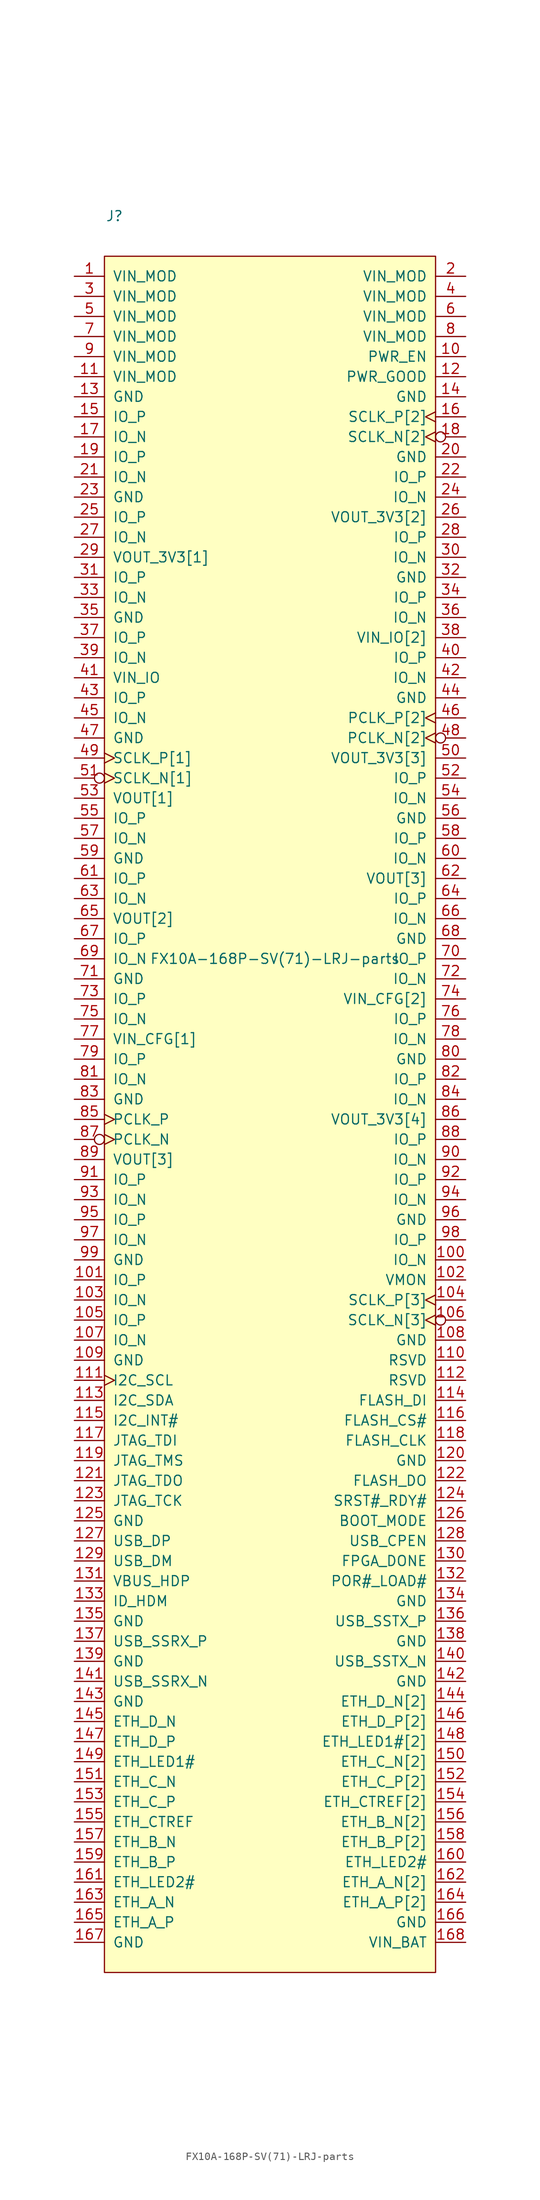
<source format=kicad_sym>
(kicad_symbol_lib
  (version 20211014)
  (generator kicad_symbol_editor)
  (symbol "FX10A-168P-SV(71)-LRJ-parts"
    (pin_names
      (offset 1.016))
    (property "Reference" "J"
      (at -19.05 106.68 0)
      (effects (font (size 1.27 1.27))))
    (property "Value" "FX10A-168P-SV(71)-LRJ-parts"
      (at 1.27 12.7 0)
      (effects (font (size 1.27 1.27))))
    (symbol "FX10A-168P-SV(71)-LRJ-parts_0_1"
      (rectangle (start -20.32 101.6) (end 21.59 -115.57) (stroke (width 0) (type default) (color 0 0 0 0)) (fill (type background))))
    (symbol "FX10A-168P-SV(71)-LRJ-parts_1_1"
      (pin power_in line (at -24.13 99.06 0) (length 3.81) (name "VIN_MOD" (effects (font (size 1.27 1.27)))) (number "1" (effects (font (size 1.27 1.27)))))
      (pin input line (at 25.4 88.9 180) (length 3.81) (name "PWR_EN" (effects (font (size 1.27 1.27)))) (number "10" (effects (font (size 1.27 1.27)))))
      (pin bidirectional line (at 25.4 -25.4 180) (length 3.81) (name "IO_N" (effects (font (size 1.27 1.27)))) (number "100" (effects (font (size 1.27 1.27)))))
      (pin bidirectional line (at -24.13 -27.94 0) (length 3.81) (name "IO_P" (effects (font (size 1.27 1.27)))) (number "101" (effects (font (size 1.27 1.27)))))
      (pin passive line (at 25.4 -27.94 180) (length 3.81) (name "VMON" (effects (font (size 1.27 1.27)))) (number "102" (effects (font (size 1.27 1.27)))))
      (pin bidirectional line (at -24.13 -30.48 0) (length 3.81) (name "IO_N" (effects (font (size 1.27 1.27)))) (number "103" (effects (font (size 1.27 1.27)))))
      (pin input clock (at 25.4 -30.48 180) (length 3.81) (name "SCLK_P[3]" (effects (font (size 1.27 1.27)))) (number "104" (effects (font (size 1.27 1.27)))))
      (pin bidirectional line (at -24.13 -33.02 0) (length 3.81) (name "IO_P" (effects (font (size 1.27 1.27)))) (number "105" (effects (font (size 1.27 1.27)))))
      (pin input inverted_clock (at 25.4 -33.02 180) (length 3.81) (name "SCLK_N[3]" (effects (font (size 1.27 1.27)))) (number "106" (effects (font (size 1.27 1.27)))))
      (pin bidirectional line (at -24.13 -35.56 0) (length 3.81) (name "IO_N" (effects (font (size 1.27 1.27)))) (number "107" (effects (font (size 1.27 1.27)))))
      (pin power_in line (at 25.4 -35.56 180) (length 3.81) (name "GND" (effects (font (size 1.27 1.27)))) (number "108" (effects (font (size 1.27 1.27)))))
      (pin power_in line (at -24.13 -38.1 0) (length 3.81) (name "GND" (effects (font (size 1.27 1.27)))) (number "109" (effects (font (size 1.27 1.27)))))
      (pin power_in line (at -24.13 86.36 0) (length 3.81) (name "VIN_MOD" (effects (font (size 1.27 1.27)))) (number "11" (effects (font (size 1.27 1.27)))))
      (pin passive line (at 25.4 -38.1 180) (length 3.81) (name "RSVD" (effects (font (size 1.27 1.27)))) (number "110" (effects (font (size 1.27 1.27)))))
      (pin input clock (at -24.13 -40.64 0) (length 3.81) (name "I2C_SCL" (effects (font (size 1.27 1.27)))) (number "111" (effects (font (size 1.27 1.27)))))
      (pin passive line (at 25.4 -40.64 180) (length 3.81) (name "RSVD" (effects (font (size 1.27 1.27)))) (number "112" (effects (font (size 1.27 1.27)))))
      (pin bidirectional line (at -24.13 -43.18 0) (length 3.81) (name "I2C_SDA" (effects (font (size 1.27 1.27)))) (number "113" (effects (font (size 1.27 1.27)))))
      (pin passive line (at 25.4 -43.18 180) (length 3.81) (name "FLASH_DI" (effects (font (size 1.27 1.27)))) (number "114" (effects (font (size 1.27 1.27)))))
      (pin bidirectional line (at -24.13 -45.72 0) (length 3.81) (name "I2C_INT#" (effects (font (size 1.27 1.27)))) (number "115" (effects (font (size 1.27 1.27)))))
      (pin passive line (at 25.4 -45.72 180) (length 3.81) (name "FLASH_CS#" (effects (font (size 1.27 1.27)))) (number "116" (effects (font (size 1.27 1.27)))))
      (pin bidirectional line (at -24.13 -48.26 0) (length 3.81) (name "JTAG_TDI" (effects (font (size 1.27 1.27)))) (number "117" (effects (font (size 1.27 1.27)))))
      (pin passive line (at 25.4 -48.26 180) (length 3.81) (name "FLASH_CLK" (effects (font (size 1.27 1.27)))) (number "118" (effects (font (size 1.27 1.27)))))
      (pin bidirectional line (at -24.13 -50.8 0) (length 3.81) (name "JTAG_TMS" (effects (font (size 1.27 1.27)))) (number "119" (effects (font (size 1.27 1.27)))))
      (pin passive line (at 25.4 86.36 180) (length 3.81) (name "PWR_GOOD" (effects (font (size 1.27 1.27)))) (number "12" (effects (font (size 1.27 1.27)))))
      (pin power_in line (at 25.4 -50.8 180) (length 3.81) (name "GND" (effects (font (size 1.27 1.27)))) (number "120" (effects (font (size 1.27 1.27)))))
      (pin bidirectional line (at -24.13 -53.34 0) (length 3.81) (name "JTAG_TDO" (effects (font (size 1.27 1.27)))) (number "121" (effects (font (size 1.27 1.27)))))
      (pin passive line (at 25.4 -53.34 180) (length 3.81) (name "FLASH_DO" (effects (font (size 1.27 1.27)))) (number "122" (effects (font (size 1.27 1.27)))))
      (pin bidirectional line (at -24.13 -55.88 0) (length 3.81) (name "JTAG_TCK" (effects (font (size 1.27 1.27)))) (number "123" (effects (font (size 1.27 1.27)))))
      (pin passive line (at 25.4 -55.88 180) (length 3.81) (name "SRST#_RDY#" (effects (font (size 1.27 1.27)))) (number "124" (effects (font (size 1.27 1.27)))))
      (pin power_in line (at -24.13 -58.42 0) (length 3.81) (name "GND" (effects (font (size 1.27 1.27)))) (number "125" (effects (font (size 1.27 1.27)))))
      (pin passive line (at 25.4 -58.42 180) (length 3.81) (name "BOOT_MODE" (effects (font (size 1.27 1.27)))) (number "126" (effects (font (size 1.27 1.27)))))
      (pin bidirectional line (at -24.13 -60.96 0) (length 3.81) (name "USB_DP" (effects (font (size 1.27 1.27)))) (number "127" (effects (font (size 1.27 1.27)))))
      (pin passive line (at 25.4 -60.96 180) (length 3.81) (name "USB_CPEN" (effects (font (size 1.27 1.27)))) (number "128" (effects (font (size 1.27 1.27)))))
      (pin bidirectional line (at -24.13 -63.5 0) (length 3.81) (name "USB_DM" (effects (font (size 1.27 1.27)))) (number "129" (effects (font (size 1.27 1.27)))))
      (pin power_in line (at -24.13 83.82 0) (length 3.81) (name "GND" (effects (font (size 1.27 1.27)))) (number "13" (effects (font (size 1.27 1.27)))))
      (pin passive line (at 25.4 -63.5 180) (length 3.81) (name "FPGA_DONE" (effects (font (size 1.27 1.27)))) (number "130" (effects (font (size 1.27 1.27)))))
      (pin passive line (at -24.13 -66.04 0) (length 3.81) (name "VBUS_HDP" (effects (font (size 1.27 1.27)))) (number "131" (effects (font (size 1.27 1.27)))))
      (pin passive line (at 25.4 -66.04 180) (length 3.81) (name "POR#_LOAD#" (effects (font (size 1.27 1.27)))) (number "132" (effects (font (size 1.27 1.27)))))
      (pin passive line (at -24.13 -68.58 0) (length 3.81) (name "ID_HDM" (effects (font (size 1.27 1.27)))) (number "133" (effects (font (size 1.27 1.27)))))
      (pin power_in line (at 25.4 -68.58 180) (length 3.81) (name "GND" (effects (font (size 1.27 1.27)))) (number "134" (effects (font (size 1.27 1.27)))))
      (pin power_in line (at -24.13 -71.12 0) (length 3.81) (name "GND" (effects (font (size 1.27 1.27)))) (number "135" (effects (font (size 1.27 1.27)))))
      (pin passive line (at 25.4 -71.12 180) (length 3.81) (name "USB_SSTX_P" (effects (font (size 1.27 1.27)))) (number "136" (effects (font (size 1.27 1.27)))))
      (pin passive line (at -24.13 -73.66 0) (length 3.81) (name "USB_SSRX_P" (effects (font (size 1.27 1.27)))) (number "137" (effects (font (size 1.27 1.27)))))
      (pin power_in line (at 25.4 -73.66 180) (length 3.81) (name "GND" (effects (font (size 1.27 1.27)))) (number "138" (effects (font (size 1.27 1.27)))))
      (pin power_in line (at -24.13 -76.2 0) (length 3.81) (name "GND" (effects (font (size 1.27 1.27)))) (number "139" (effects (font (size 1.27 1.27)))))
      (pin power_in line (at 25.4 83.82 180) (length 3.81) (name "GND" (effects (font (size 1.27 1.27)))) (number "14" (effects (font (size 1.27 1.27)))))
      (pin passive line (at 25.4 -76.2 180) (length 3.81) (name "USB_SSTX_N" (effects (font (size 1.27 1.27)))) (number "140" (effects (font (size 1.27 1.27)))))
      (pin passive line (at -24.13 -78.74 0) (length 3.81) (name "USB_SSRX_N" (effects (font (size 1.27 1.27)))) (number "141" (effects (font (size 1.27 1.27)))))
      (pin power_in line (at 25.4 -78.74 180) (length 3.81) (name "GND" (effects (font (size 1.27 1.27)))) (number "142" (effects (font (size 1.27 1.27)))))
      (pin power_in line (at -24.13 -81.28 0) (length 3.81) (name "GND" (effects (font (size 1.27 1.27)))) (number "143" (effects (font (size 1.27 1.27)))))
      (pin passive line (at 25.4 -81.28 180) (length 3.81) (name "ETH_D_N[2]" (effects (font (size 1.27 1.27)))) (number "144" (effects (font (size 1.27 1.27)))))
      (pin passive line (at -24.13 -83.82 0) (length 3.81) (name "ETH_D_N" (effects (font (size 1.27 1.27)))) (number "145" (effects (font (size 1.27 1.27)))))
      (pin passive line (at 25.4 -83.82 180) (length 3.81) (name "ETH_D_P[2]" (effects (font (size 1.27 1.27)))) (number "146" (effects (font (size 1.27 1.27)))))
      (pin passive line (at -24.13 -86.36 0) (length 3.81) (name "ETH_D_P" (effects (font (size 1.27 1.27)))) (number "147" (effects (font (size 1.27 1.27)))))
      (pin passive line (at 25.4 -86.36 180) (length 3.81) (name "ETH_LED1#[2]" (effects (font (size 1.27 1.27)))) (number "148" (effects (font (size 1.27 1.27)))))
      (pin passive line (at -24.13 -88.9 0) (length 3.81) (name "ETH_LED1#" (effects (font (size 1.27 1.27)))) (number "149" (effects (font (size 1.27 1.27)))))
      (pin bidirectional line (at -24.13 81.28 0) (length 3.81) (name "IO_P" (effects (font (size 1.27 1.27)))) (number "15" (effects (font (size 1.27 1.27)))))
      (pin passive line (at 25.4 -88.9 180) (length 3.81) (name "ETH_C_N[2]" (effects (font (size 1.27 1.27)))) (number "150" (effects (font (size 1.27 1.27)))))
      (pin passive line (at -24.13 -91.44 0) (length 3.81) (name "ETH_C_N" (effects (font (size 1.27 1.27)))) (number "151" (effects (font (size 1.27 1.27)))))
      (pin passive line (at 25.4 -91.44 180) (length 3.81) (name "ETH_C_P[2]" (effects (font (size 1.27 1.27)))) (number "152" (effects (font (size 1.27 1.27)))))
      (pin passive line (at -24.13 -93.98 0) (length 3.81) (name "ETH_C_P" (effects (font (size 1.27 1.27)))) (number "153" (effects (font (size 1.27 1.27)))))
      (pin passive line (at 25.4 -93.98 180) (length 3.81) (name "ETH_CTREF[2]" (effects (font (size 1.27 1.27)))) (number "154" (effects (font (size 1.27 1.27)))))
      (pin passive line (at -24.13 -96.52 0) (length 3.81) (name "ETH_CTREF" (effects (font (size 1.27 1.27)))) (number "155" (effects (font (size 1.27 1.27)))))
      (pin passive line (at 25.4 -96.52 180) (length 3.81) (name "ETH_B_N[2]" (effects (font (size 1.27 1.27)))) (number "156" (effects (font (size 1.27 1.27)))))
      (pin passive line (at -24.13 -99.06 0) (length 3.81) (name "ETH_B_N" (effects (font (size 1.27 1.27)))) (number "157" (effects (font (size 1.27 1.27)))))
      (pin passive line (at 25.4 -99.06 180) (length 3.81) (name "ETH_B_P[2]" (effects (font (size 1.27 1.27)))) (number "158" (effects (font (size 1.27 1.27)))))
      (pin passive line (at -24.13 -101.6 0) (length 3.81) (name "ETH_B_P" (effects (font (size 1.27 1.27)))) (number "159" (effects (font (size 1.27 1.27)))))
      (pin input clock (at 25.4 81.28 180) (length 3.81) (name "SCLK_P[2]" (effects (font (size 1.27 1.27)))) (number "16" (effects (font (size 1.27 1.27)))))
      (pin passive line (at 25.4 -101.6 180) (length 3.81) (name "ETH_LED2#" (effects (font (size 1.27 1.27)))) (number "160" (effects (font (size 1.27 1.27)))))
      (pin passive line (at -24.13 -104.14 0) (length 3.81) (name "ETH_LED2#" (effects (font (size 1.27 1.27)))) (number "161" (effects (font (size 1.27 1.27)))))
      (pin passive line (at 25.4 -104.14 180) (length 3.81) (name "ETH_A_N[2]" (effects (font (size 1.27 1.27)))) (number "162" (effects (font (size 1.27 1.27)))))
      (pin passive line (at -24.13 -106.68 0) (length 3.81) (name "ETH_A_N" (effects (font (size 1.27 1.27)))) (number "163" (effects (font (size 1.27 1.27)))))
      (pin passive line (at 25.4 -106.68 180) (length 3.81) (name "ETH_A_P[2]" (effects (font (size 1.27 1.27)))) (number "164" (effects (font (size 1.27 1.27)))))
      (pin passive line (at -24.13 -109.22 0) (length 3.81) (name "ETH_A_P" (effects (font (size 1.27 1.27)))) (number "165" (effects (font (size 1.27 1.27)))))
      (pin power_in line (at 25.4 -109.22 180) (length 3.81) (name "GND" (effects (font (size 1.27 1.27)))) (number "166" (effects (font (size 1.27 1.27)))))
      (pin power_in line (at -24.13 -111.76 0) (length 3.81) (name "GND" (effects (font (size 1.27 1.27)))) (number "167" (effects (font (size 1.27 1.27)))))
      (pin power_in line (at 25.4 -111.76 180) (length 3.81) (name "VIN_BAT" (effects (font (size 1.27 1.27)))) (number "168" (effects (font (size 1.27 1.27)))))
      (pin bidirectional line (at -24.13 78.74 0) (length 3.81) (name "IO_N" (effects (font (size 1.27 1.27)))) (number "17" (effects (font (size 1.27 1.27)))))
      (pin input inverted_clock (at 25.4 78.74 180) (length 3.81) (name "SCLK_N[2]" (effects (font (size 1.27 1.27)))) (number "18" (effects (font (size 1.27 1.27)))))
      (pin bidirectional line (at -24.13 76.2 0) (length 3.81) (name "IO_P" (effects (font (size 1.27 1.27)))) (number "19" (effects (font (size 1.27 1.27)))))
      (pin power_in line (at 25.4 99.06 180) (length 3.81) (name "VIN_MOD" (effects (font (size 1.27 1.27)))) (number "2" (effects (font (size 1.27 1.27)))))
      (pin power_in line (at 25.4 76.2 180) (length 3.81) (name "GND" (effects (font (size 1.27 1.27)))) (number "20" (effects (font (size 1.27 1.27)))))
      (pin bidirectional line (at -24.13 73.66 0) (length 3.81) (name "IO_N" (effects (font (size 1.27 1.27)))) (number "21" (effects (font (size 1.27 1.27)))))
      (pin power_in line (at 25.4 73.66 180) (length 3.81) (name "IO_P" (effects (font (size 1.27 1.27)))) (number "22" (effects (font (size 1.27 1.27)))))
      (pin power_in line (at -24.13 71.12 0) (length 3.81) (name "GND" (effects (font (size 1.27 1.27)))) (number "23" (effects (font (size 1.27 1.27)))))
      (pin power_in line (at 25.4 71.12 180) (length 3.81) (name "IO_N" (effects (font (size 1.27 1.27)))) (number "24" (effects (font (size 1.27 1.27)))))
      (pin bidirectional line (at -24.13 68.58 0) (length 3.81) (name "IO_P" (effects (font (size 1.27 1.27)))) (number "25" (effects (font (size 1.27 1.27)))))
      (pin power_out line (at 25.4 68.58 180) (length 3.81) (name "VOUT_3V3[2]" (effects (font (size 1.27 1.27)))) (number "26" (effects (font (size 1.27 1.27)))))
      (pin bidirectional line (at -24.13 66.04 0) (length 3.81) (name "IO_N" (effects (font (size 1.27 1.27)))) (number "27" (effects (font (size 1.27 1.27)))))
      (pin bidirectional line (at 25.4 66.04 180) (length 3.81) (name "IO_P" (effects (font (size 1.27 1.27)))) (number "28" (effects (font (size 1.27 1.27)))))
      (pin power_out line (at -24.13 63.5 0) (length 3.81) (name "VOUT_3V3[1]" (effects (font (size 1.27 1.27)))) (number "29" (effects (font (size 1.27 1.27)))))
      (pin power_in line (at -24.13 96.52 0) (length 3.81) (name "VIN_MOD" (effects (font (size 1.27 1.27)))) (number "3" (effects (font (size 1.27 1.27)))))
      (pin bidirectional line (at 25.4 63.5 180) (length 3.81) (name "IO_N" (effects (font (size 1.27 1.27)))) (number "30" (effects (font (size 1.27 1.27)))))
      (pin bidirectional line (at -24.13 60.96 0) (length 3.81) (name "IO_P" (effects (font (size 1.27 1.27)))) (number "31" (effects (font (size 1.27 1.27)))))
      (pin power_in line (at 25.4 60.96 180) (length 3.81) (name "GND" (effects (font (size 1.27 1.27)))) (number "32" (effects (font (size 1.27 1.27)))))
      (pin bidirectional line (at -24.13 58.42 0) (length 3.81) (name "IO_N" (effects (font (size 1.27 1.27)))) (number "33" (effects (font (size 1.27 1.27)))))
      (pin bidirectional line (at 25.4 58.42 180) (length 3.81) (name "IO_P" (effects (font (size 1.27 1.27)))) (number "34" (effects (font (size 1.27 1.27)))))
      (pin power_in line (at -24.13 55.88 0) (length 3.81) (name "GND" (effects (font (size 1.27 1.27)))) (number "35" (effects (font (size 1.27 1.27)))))
      (pin bidirectional line (at 25.4 55.88 180) (length 3.81) (name "IO_N" (effects (font (size 1.27 1.27)))) (number "36" (effects (font (size 1.27 1.27)))))
      (pin bidirectional line (at -24.13 53.34 0) (length 3.81) (name "IO_P" (effects (font (size 1.27 1.27)))) (number "37" (effects (font (size 1.27 1.27)))))
      (pin passive line (at 25.4 53.34 180) (length 3.81) (name "VIN_IO[2]" (effects (font (size 1.27 1.27)))) (number "38" (effects (font (size 1.27 1.27)))))
      (pin bidirectional line (at -24.13 50.8 0) (length 3.81) (name "IO_N" (effects (font (size 1.27 1.27)))) (number "39" (effects (font (size 1.27 1.27)))))
      (pin power_in line (at 25.4 96.52 180) (length 3.81) (name "VIN_MOD" (effects (font (size 1.27 1.27)))) (number "4" (effects (font (size 1.27 1.27)))))
      (pin bidirectional line (at 25.4 50.8 180) (length 3.81) (name "IO_P" (effects (font (size 1.27 1.27)))) (number "40" (effects (font (size 1.27 1.27)))))
      (pin passive line (at -24.13 48.26 0) (length 3.81) (name "VIN_IO" (effects (font (size 1.27 1.27)))) (number "41" (effects (font (size 1.27 1.27)))))
      (pin bidirectional line (at 25.4 48.26 180) (length 3.81) (name "IO_N" (effects (font (size 1.27 1.27)))) (number "42" (effects (font (size 1.27 1.27)))))
      (pin bidirectional line (at -24.13 45.72 0) (length 3.81) (name "IO_P" (effects (font (size 1.27 1.27)))) (number "43" (effects (font (size 1.27 1.27)))))
      (pin power_in line (at 25.4 45.72 180) (length 3.81) (name "GND" (effects (font (size 1.27 1.27)))) (number "44" (effects (font (size 1.27 1.27)))))
      (pin bidirectional line (at -24.13 43.18 0) (length 3.81) (name "IO_N" (effects (font (size 1.27 1.27)))) (number "45" (effects (font (size 1.27 1.27)))))
      (pin input clock (at 25.4 43.18 180) (length 3.81) (name "PCLK_P[2]" (effects (font (size 1.27 1.27)))) (number "46" (effects (font (size 1.27 1.27)))))
      (pin power_in line (at -24.13 40.64 0) (length 3.81) (name "GND" (effects (font (size 1.27 1.27)))) (number "47" (effects (font (size 1.27 1.27)))))
      (pin input inverted_clock (at 25.4 40.64 180) (length 3.81) (name "PCLK_N[2]" (effects (font (size 1.27 1.27)))) (number "48" (effects (font (size 1.27 1.27)))))
      (pin input clock (at -24.13 38.1 0) (length 3.81) (name "SCLK_P[1]" (effects (font (size 1.27 1.27)))) (number "49" (effects (font (size 1.27 1.27)))))
      (pin power_in line (at -24.13 93.98 0) (length 3.81) (name "VIN_MOD" (effects (font (size 1.27 1.27)))) (number "5" (effects (font (size 1.27 1.27)))))
      (pin power_out line (at 25.4 38.1 180) (length 3.81) (name "VOUT_3V3[3]" (effects (font (size 1.27 1.27)))) (number "50" (effects (font (size 1.27 1.27)))))
      (pin input inverted_clock (at -24.13 35.56 0) (length 3.81) (name "SCLK_N[1]" (effects (font (size 1.27 1.27)))) (number "51" (effects (font (size 1.27 1.27)))))
      (pin bidirectional line (at 25.4 35.56 180) (length 3.81) (name "IO_P" (effects (font (size 1.27 1.27)))) (number "52" (effects (font (size 1.27 1.27)))))
      (pin power_out line (at -24.13 33.02 0) (length 3.81) (name "VOUT[1]" (effects (font (size 1.27 1.27)))) (number "53" (effects (font (size 1.27 1.27)))))
      (pin bidirectional line (at 25.4 33.02 180) (length 3.81) (name "IO_N" (effects (font (size 1.27 1.27)))) (number "54" (effects (font (size 1.27 1.27)))))
      (pin bidirectional line (at -24.13 30.48 0) (length 3.81) (name "IO_P" (effects (font (size 1.27 1.27)))) (number "55" (effects (font (size 1.27 1.27)))))
      (pin power_in line (at 25.4 30.48 180) (length 3.81) (name "GND" (effects (font (size 1.27 1.27)))) (number "56" (effects (font (size 1.27 1.27)))))
      (pin bidirectional line (at -24.13 27.94 0) (length 3.81) (name "IO_N" (effects (font (size 1.27 1.27)))) (number "57" (effects (font (size 1.27 1.27)))))
      (pin bidirectional line (at 25.4 27.94 180) (length 3.81) (name "IO_P" (effects (font (size 1.27 1.27)))) (number "58" (effects (font (size 1.27 1.27)))))
      (pin power_in line (at -24.13 25.4 0) (length 3.81) (name "GND" (effects (font (size 1.27 1.27)))) (number "59" (effects (font (size 1.27 1.27)))))
      (pin power_in line (at 25.4 93.98 180) (length 3.81) (name "VIN_MOD" (effects (font (size 1.27 1.27)))) (number "6" (effects (font (size 1.27 1.27)))))
      (pin bidirectional line (at 25.4 25.4 180) (length 3.81) (name "IO_N" (effects (font (size 1.27 1.27)))) (number "60" (effects (font (size 1.27 1.27)))))
      (pin bidirectional line (at -24.13 22.86 0) (length 3.81) (name "IO_P" (effects (font (size 1.27 1.27)))) (number "61" (effects (font (size 1.27 1.27)))))
      (pin power_out line (at 25.4 22.86 180) (length 3.81) (name "VOUT[3]" (effects (font (size 1.27 1.27)))) (number "62" (effects (font (size 1.27 1.27)))))
      (pin bidirectional line (at -24.13 20.32 0) (length 3.81) (name "IO_N" (effects (font (size 1.27 1.27)))) (number "63" (effects (font (size 1.27 1.27)))))
      (pin bidirectional line (at 25.4 20.32 180) (length 3.81) (name "IO_P" (effects (font (size 1.27 1.27)))) (number "64" (effects (font (size 1.27 1.27)))))
      (pin power_out line (at -24.13 17.78 0) (length 3.81) (name "VOUT[2]" (effects (font (size 1.27 1.27)))) (number "65" (effects (font (size 1.27 1.27)))))
      (pin bidirectional line (at 25.4 17.78 180) (length 3.81) (name "IO_N" (effects (font (size 1.27 1.27)))) (number "66" (effects (font (size 1.27 1.27)))))
      (pin bidirectional line (at -24.13 15.24 0) (length 3.81) (name "IO_P" (effects (font (size 1.27 1.27)))) (number "67" (effects (font (size 1.27 1.27)))))
      (pin power_in line (at 25.4 15.24 180) (length 3.81) (name "GND" (effects (font (size 1.27 1.27)))) (number "68" (effects (font (size 1.27 1.27)))))
      (pin bidirectional line (at -24.13 12.7 0) (length 3.81) (name "IO_N" (effects (font (size 1.27 1.27)))) (number "69" (effects (font (size 1.27 1.27)))))
      (pin power_in line (at -24.13 91.44 0) (length 3.81) (name "VIN_MOD" (effects (font (size 1.27 1.27)))) (number "7" (effects (font (size 1.27 1.27)))))
      (pin bidirectional line (at 25.4 12.7 180) (length 3.81) (name "IO_P" (effects (font (size 1.27 1.27)))) (number "70" (effects (font (size 1.27 1.27)))))
      (pin power_in line (at -24.13 10.16 0) (length 3.81) (name "GND" (effects (font (size 1.27 1.27)))) (number "71" (effects (font (size 1.27 1.27)))))
      (pin bidirectional line (at 25.4 10.16 180) (length 3.81) (name "IO_N" (effects (font (size 1.27 1.27)))) (number "72" (effects (font (size 1.27 1.27)))))
      (pin bidirectional line (at -24.13 7.62 0) (length 3.81) (name "IO_P" (effects (font (size 1.27 1.27)))) (number "73" (effects (font (size 1.27 1.27)))))
      (pin passive line (at 25.4 7.62 180) (length 3.81) (name "VIN_CFG[2]" (effects (font (size 1.27 1.27)))) (number "74" (effects (font (size 1.27 1.27)))))
      (pin bidirectional line (at -24.13 5.08 0) (length 3.81) (name "IO_N" (effects (font (size 1.27 1.27)))) (number "75" (effects (font (size 1.27 1.27)))))
      (pin bidirectional line (at 25.4 5.08 180) (length 3.81) (name "IO_P" (effects (font (size 1.27 1.27)))) (number "76" (effects (font (size 1.27 1.27)))))
      (pin passive line (at -24.13 2.54 0) (length 3.81) (name "VIN_CFG[1]" (effects (font (size 1.27 1.27)))) (number "77" (effects (font (size 1.27 1.27)))))
      (pin bidirectional line (at 25.4 2.54 180) (length 3.81) (name "IO_N" (effects (font (size 1.27 1.27)))) (number "78" (effects (font (size 1.27 1.27)))))
      (pin bidirectional line (at -24.13 0 0) (length 3.81) (name "IO_P" (effects (font (size 1.27 1.27)))) (number "79" (effects (font (size 1.27 1.27)))))
      (pin power_in line (at 25.4 91.44 180) (length 3.81) (name "VIN_MOD" (effects (font (size 1.27 1.27)))) (number "8" (effects (font (size 1.27 1.27)))))
      (pin power_in line (at 25.4 0 180) (length 3.81) (name "GND" (effects (font (size 1.27 1.27)))) (number "80" (effects (font (size 1.27 1.27)))))
      (pin bidirectional line (at -24.13 -2.54 0) (length 3.81) (name "IO_N" (effects (font (size 1.27 1.27)))) (number "81" (effects (font (size 1.27 1.27)))))
      (pin bidirectional line (at 25.4 -2.54 180) (length 3.81) (name "IO_P" (effects (font (size 1.27 1.27)))) (number "82" (effects (font (size 1.27 1.27)))))
      (pin power_in line (at -24.13 -5.08 0) (length 3.81) (name "GND" (effects (font (size 1.27 1.27)))) (number "83" (effects (font (size 1.27 1.27)))))
      (pin bidirectional line (at 25.4 -5.08 180) (length 3.81) (name "IO_N" (effects (font (size 1.27 1.27)))) (number "84" (effects (font (size 1.27 1.27)))))
      (pin input clock (at -24.13 -7.62 0) (length 3.81) (name "PCLK_P" (effects (font (size 1.27 1.27)))) (number "85" (effects (font (size 1.27 1.27)))))
      (pin power_out line (at 25.4 -7.62 180) (length 3.81) (name "VOUT_3V3[4]" (effects (font (size 1.27 1.27)))) (number "86" (effects (font (size 1.27 1.27)))))
      (pin input inverted_clock (at -24.13 -10.16 0) (length 3.81) (name "PCLK_N" (effects (font (size 1.27 1.27)))) (number "87" (effects (font (size 1.27 1.27)))))
      (pin bidirectional line (at 25.4 -10.16 180) (length 3.81) (name "IO_P" (effects (font (size 1.27 1.27)))) (number "88" (effects (font (size 1.27 1.27)))))
      (pin power_out line (at -24.13 -12.7 0) (length 3.81) (name "VOUT[3]" (effects (font (size 1.27 1.27)))) (number "89" (effects (font (size 1.27 1.27)))))
      (pin power_in line (at -24.13 88.9 0) (length 3.81) (name "VIN_MOD" (effects (font (size 1.27 1.27)))) (number "9" (effects (font (size 1.27 1.27)))))
      (pin bidirectional line (at 25.4 -12.7 180) (length 3.81) (name "IO_N" (effects (font (size 1.27 1.27)))) (number "90" (effects (font (size 1.27 1.27)))))
      (pin bidirectional line (at -24.13 -15.24 0) (length 3.81) (name "IO_P" (effects (font (size 1.27 1.27)))) (number "91" (effects (font (size 1.27 1.27)))))
      (pin bidirectional line (at 25.4 -15.24 180) (length 3.81) (name "IO_P" (effects (font (size 1.27 1.27)))) (number "92" (effects (font (size 1.27 1.27)))))
      (pin bidirectional line (at -24.13 -17.78 0) (length 3.81) (name "IO_N" (effects (font (size 1.27 1.27)))) (number "93" (effects (font (size 1.27 1.27)))))
      (pin bidirectional line (at 25.4 -17.78 180) (length 3.81) (name "IO_N" (effects (font (size 1.27 1.27)))) (number "94" (effects (font (size 1.27 1.27)))))
      (pin bidirectional line (at -24.13 -20.32 0) (length 3.81) (name "IO_P" (effects (font (size 1.27 1.27)))) (number "95" (effects (font (size 1.27 1.27)))))
      (pin power_in line (at 25.4 -20.32 180) (length 3.81) (name "GND" (effects (font (size 1.27 1.27)))) (number "96" (effects (font (size 1.27 1.27)))))
      (pin bidirectional line (at -24.13 -22.86 0) (length 3.81) (name "IO_N" (effects (font (size 1.27 1.27)))) (number "97" (effects (font (size 1.27 1.27)))))
      (pin bidirectional line (at 25.4 -22.86 180) (length 3.81) (name "IO_P" (effects (font (size 1.27 1.27)))) (number "98" (effects (font (size 1.27 1.27)))))
      (pin power_in line (at -24.13 -25.4 0) (length 3.81) (name "GND" (effects (font (size 1.27 1.27)))) (number "99" (effects (font (size 1.27 1.27))))))))
</source>
